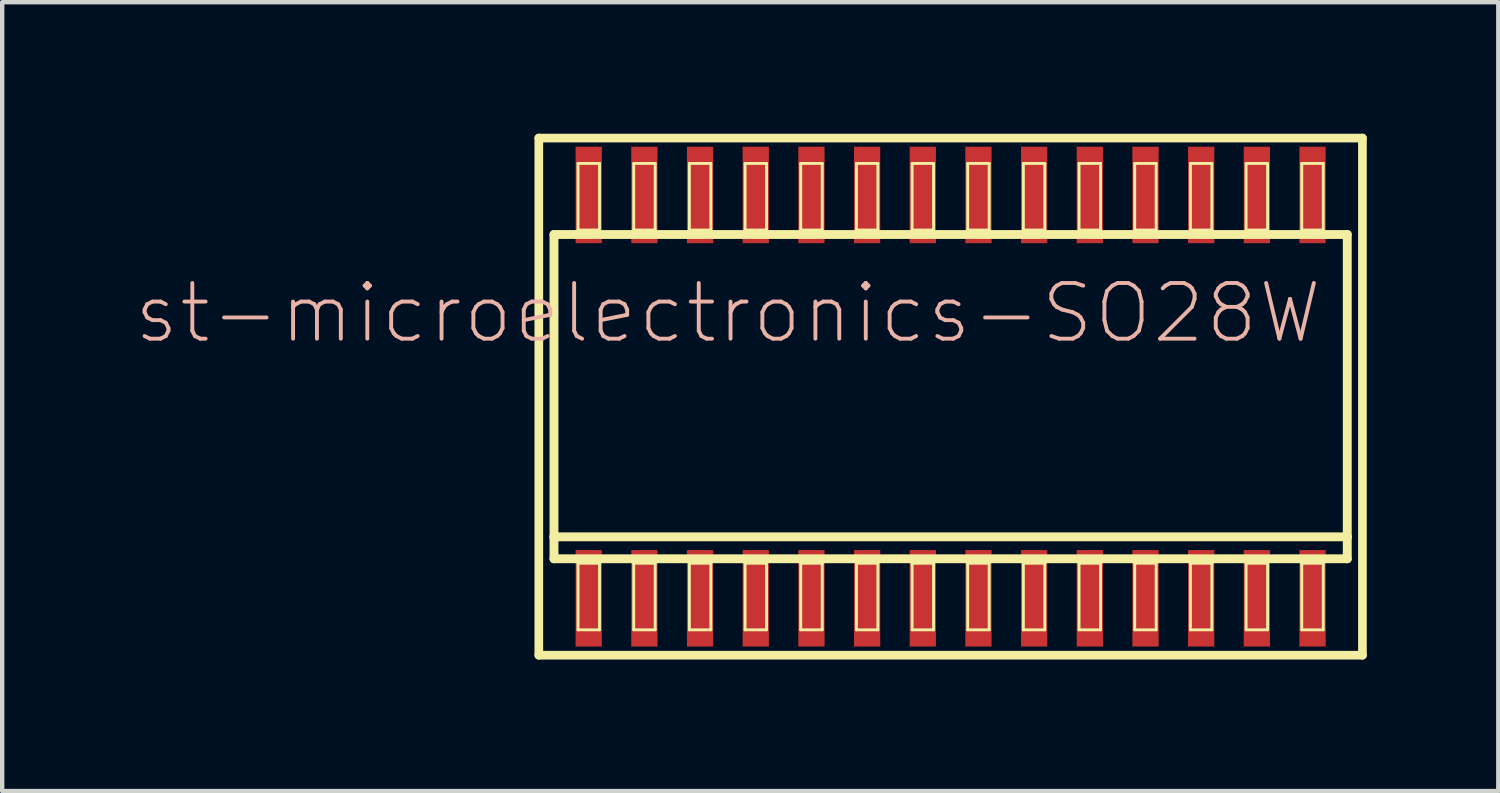
<source format=kicad_pcb>
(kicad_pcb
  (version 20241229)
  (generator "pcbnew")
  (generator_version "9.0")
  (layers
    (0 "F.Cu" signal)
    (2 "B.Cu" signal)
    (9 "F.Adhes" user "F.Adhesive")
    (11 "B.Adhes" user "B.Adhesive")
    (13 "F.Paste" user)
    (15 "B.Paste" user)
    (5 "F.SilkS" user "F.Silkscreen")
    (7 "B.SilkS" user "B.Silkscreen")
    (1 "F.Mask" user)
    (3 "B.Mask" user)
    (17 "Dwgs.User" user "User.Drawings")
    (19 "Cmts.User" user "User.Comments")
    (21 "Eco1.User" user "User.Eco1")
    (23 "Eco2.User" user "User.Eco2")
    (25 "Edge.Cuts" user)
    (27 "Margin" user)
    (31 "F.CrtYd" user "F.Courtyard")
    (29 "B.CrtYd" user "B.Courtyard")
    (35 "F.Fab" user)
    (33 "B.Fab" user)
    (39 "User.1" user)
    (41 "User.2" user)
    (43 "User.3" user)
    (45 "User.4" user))
  (footprint "st-microelectronics-SO28W"
    (layer "F.Cu")
    (at 18.633 5.997)
    (property "Reference" "st-microelectronics-SO28W" (at -5.08 -1.905 0) (layer "B.SilkS") (effects (font (size 1.27 1.27) (thickness 0.089))))
    (attr smd)
    (fp_line (start -9.393 -5.898) (end 9.393 -5.898) (stroke (width 0.198) (type solid)) (layer "F.SilkS"))
    (fp_line (start -9.393 5.898) (end -9.393 -5.898) (stroke (width 0.198) (type solid)) (layer "F.SilkS"))
    (fp_line (start -9.047 -3.698) (end 9.047 -3.698) (stroke (width 0.203) (type solid)) (layer "F.SilkS"))
    (fp_line (start -9.047 3.198) (end -9.047 -3.698) (stroke (width 0.203) (type solid)) (layer "F.SilkS"))
    (fp_line (start -9.047 3.698) (end -9.047 3.198) (stroke (width 0.203) (type solid)) (layer "F.SilkS"))
    (fp_line (start -8.499 -5.319) (end -8.009 -5.319) (stroke (width 0.066) (type solid)) (layer "F.SilkS"))
    (fp_line (start -8.499 -3.8) (end -8.499 -5.319) (stroke (width 0.066) (type solid)) (layer "F.SilkS"))
    (fp_line (start -8.499 -3.8) (end -8.009 -3.8) (stroke (width 0.066) (type solid)) (layer "F.SilkS"))
    (fp_line (start -8.499 3.8) (end -8.009 3.8) (stroke (width 0.066) (type solid)) (layer "F.SilkS"))
    (fp_line (start -8.499 5.319) (end -8.499 3.8) (stroke (width 0.066) (type solid)) (layer "F.SilkS"))
    (fp_line (start -8.499 5.319) (end -8.009 5.319) (stroke (width 0.066) (type solid)) (layer "F.SilkS"))
    (fp_line (start -8.009 -3.8) (end -8.009 -5.319) (stroke (width 0.066) (type solid)) (layer "F.SilkS"))
    (fp_line (start -8.009 5.319) (end -8.009 3.8) (stroke (width 0.066) (type solid)) (layer "F.SilkS"))
    (fp_line (start -7.229 -5.319) (end -6.739 -5.319) (stroke (width 0.066) (type solid)) (layer "F.SilkS"))
    (fp_line (start -7.229 -3.8) (end -7.229 -5.319) (stroke (width 0.066) (type solid)) (layer "F.SilkS"))
    (fp_line (start -7.229 -3.8) (end -6.739 -3.8) (stroke (width 0.066) (type solid)) (layer "F.SilkS"))
    (fp_line (start -7.229 3.8) (end -6.739 3.8) (stroke (width 0.066) (type solid)) (layer "F.SilkS"))
    (fp_line (start -7.229 5.319) (end -7.229 3.8) (stroke (width 0.066) (type solid)) (layer "F.SilkS"))
    (fp_line (start -7.229 5.319) (end -6.739 5.319) (stroke (width 0.066) (type solid)) (layer "F.SilkS"))
    (fp_line (start -6.739 -3.8) (end -6.739 -5.319) (stroke (width 0.066) (type solid)) (layer "F.SilkS"))
    (fp_line (start -6.739 5.319) (end -6.739 3.8) (stroke (width 0.066) (type solid)) (layer "F.SilkS"))
    (fp_line (start -5.959 -5.319) (end -5.469 -5.319) (stroke (width 0.066) (type solid)) (layer "F.SilkS"))
    (fp_line (start -5.959 -3.8) (end -5.959 -5.319) (stroke (width 0.066) (type solid)) (layer "F.SilkS"))
    (fp_line (start -5.959 -3.8) (end -5.469 -3.8) (stroke (width 0.066) (type solid)) (layer "F.SilkS"))
    (fp_line (start -5.959 3.8) (end -5.469 3.8) (stroke (width 0.066) (type solid)) (layer "F.SilkS"))
    (fp_line (start -5.959 5.319) (end -5.959 3.8) (stroke (width 0.066) (type solid)) (layer "F.SilkS"))
    (fp_line (start -5.959 5.319) (end -5.469 5.319) (stroke (width 0.066) (type solid)) (layer "F.SilkS"))
    (fp_line (start -5.469 -3.8) (end -5.469 -5.319) (stroke (width 0.066) (type solid)) (layer "F.SilkS"))
    (fp_line (start -5.469 5.319) (end -5.469 3.8) (stroke (width 0.066) (type solid)) (layer "F.SilkS"))
    (fp_line (start -4.689 -5.319) (end -4.199 -5.319) (stroke (width 0.066) (type solid)) (layer "F.SilkS"))
    (fp_line (start -4.689 -3.8) (end -4.689 -5.319) (stroke (width 0.066) (type solid)) (layer "F.SilkS"))
    (fp_line (start -4.689 -3.8) (end -4.199 -3.8) (stroke (width 0.066) (type solid)) (layer "F.SilkS"))
    (fp_line (start -4.689 3.8) (end -4.199 3.8) (stroke (width 0.066) (type solid)) (layer "F.SilkS"))
    (fp_line (start -4.689 5.319) (end -4.689 3.8) (stroke (width 0.066) (type solid)) (layer "F.SilkS"))
    (fp_line (start -4.689 5.319) (end -4.199 5.319) (stroke (width 0.066) (type solid)) (layer "F.SilkS"))
    (fp_line (start -4.199 -3.8) (end -4.199 -5.319) (stroke (width 0.066) (type solid)) (layer "F.SilkS"))
    (fp_line (start -4.199 5.319) (end -4.199 3.8) (stroke (width 0.066) (type solid)) (layer "F.SilkS"))
    (fp_line (start -3.419 -5.319) (end -2.929 -5.319) (stroke (width 0.066) (type solid)) (layer "F.SilkS"))
    (fp_line (start -3.419 -3.8) (end -3.419 -5.319) (stroke (width 0.066) (type solid)) (layer "F.SilkS"))
    (fp_line (start -3.419 -3.8) (end -2.929 -3.8) (stroke (width 0.066) (type solid)) (layer "F.SilkS"))
    (fp_line (start -3.419 3.8) (end -2.929 3.8) (stroke (width 0.066) (type solid)) (layer "F.SilkS"))
    (fp_line (start -3.419 5.319) (end -3.419 3.8) (stroke (width 0.066) (type solid)) (layer "F.SilkS"))
    (fp_line (start -3.419 5.319) (end -2.929 5.319) (stroke (width 0.066) (type solid)) (layer "F.SilkS"))
    (fp_line (start -2.929 -3.8) (end -2.929 -5.319) (stroke (width 0.066) (type solid)) (layer "F.SilkS"))
    (fp_line (start -2.929 5.319) (end -2.929 3.8) (stroke (width 0.066) (type solid)) (layer "F.SilkS"))
    (fp_line (start -2.149 -5.319) (end -1.659 -5.319) (stroke (width 0.066) (type solid)) (layer "F.SilkS"))
    (fp_line (start -2.149 -3.8) (end -2.149 -5.319) (stroke (width 0.066) (type solid)) (layer "F.SilkS"))
    (fp_line (start -2.149 -3.8) (end -1.659 -3.8) (stroke (width 0.066) (type solid)) (layer "F.SilkS"))
    (fp_line (start -2.149 3.8) (end -1.659 3.8) (stroke (width 0.066) (type solid)) (layer "F.SilkS"))
    (fp_line (start -2.149 5.319) (end -2.149 3.8) (stroke (width 0.066) (type solid)) (layer "F.SilkS"))
    (fp_line (start -2.149 5.319) (end -1.659 5.319) (stroke (width 0.066) (type solid)) (layer "F.SilkS"))
    (fp_line (start -1.659 -3.8) (end -1.659 -5.319) (stroke (width 0.066) (type solid)) (layer "F.SilkS"))
    (fp_line (start -1.659 5.319) (end -1.659 3.8) (stroke (width 0.066) (type solid)) (layer "F.SilkS"))
    (fp_line (start -0.879 -5.319) (end -0.389 -5.319) (stroke (width 0.066) (type solid)) (layer "F.SilkS"))
    (fp_line (start -0.879 -3.8) (end -0.879 -5.319) (stroke (width 0.066) (type solid)) (layer "F.SilkS"))
    (fp_line (start -0.879 -3.8) (end -0.389 -3.8) (stroke (width 0.066) (type solid)) (layer "F.SilkS"))
    (fp_line (start -0.879 3.8) (end -0.389 3.8) (stroke (width 0.066) (type solid)) (layer "F.SilkS"))
    (fp_line (start -0.879 5.319) (end -0.879 3.8) (stroke (width 0.066) (type solid)) (layer "F.SilkS"))
    (fp_line (start -0.879 5.319) (end -0.389 5.319) (stroke (width 0.066) (type solid)) (layer "F.SilkS"))
    (fp_line (start -0.389 -3.8) (end -0.389 -5.319) (stroke (width 0.066) (type solid)) (layer "F.SilkS"))
    (fp_line (start -0.389 5.319) (end -0.389 3.8) (stroke (width 0.066) (type solid)) (layer "F.SilkS"))
    (fp_line (start 0.389 -5.319) (end 0.879 -5.319) (stroke (width 0.066) (type solid)) (layer "F.SilkS"))
    (fp_line (start 0.389 -3.8) (end 0.389 -5.319) (stroke (width 0.066) (type solid)) (layer "F.SilkS"))
    (fp_line (start 0.389 -3.8) (end 0.879 -3.8) (stroke (width 0.066) (type solid)) (layer "F.SilkS"))
    (fp_line (start 0.389 3.8) (end 0.879 3.8) (stroke (width 0.066) (type solid)) (layer "F.SilkS"))
    (fp_line (start 0.389 5.319) (end 0.389 3.8) (stroke (width 0.066) (type solid)) (layer "F.SilkS"))
    (fp_line (start 0.389 5.319) (end 0.879 5.319) (stroke (width 0.066) (type solid)) (layer "F.SilkS"))
    (fp_line (start 0.879 -3.8) (end 0.879 -5.319) (stroke (width 0.066) (type solid)) (layer "F.SilkS"))
    (fp_line (start 0.879 5.319) (end 0.879 3.8) (stroke (width 0.066) (type solid)) (layer "F.SilkS"))
    (fp_line (start 1.659 -5.319) (end 2.149 -5.319) (stroke (width 0.066) (type solid)) (layer "F.SilkS"))
    (fp_line (start 1.659 -3.8) (end 1.659 -5.319) (stroke (width 0.066) (type solid)) (layer "F.SilkS"))
    (fp_line (start 1.659 -3.8) (end 2.149 -3.8) (stroke (width 0.066) (type solid)) (layer "F.SilkS"))
    (fp_line (start 1.659 3.8) (end 2.149 3.8) (stroke (width 0.066) (type solid)) (layer "F.SilkS"))
    (fp_line (start 1.659 5.319) (end 1.659 3.8) (stroke (width 0.066) (type solid)) (layer "F.SilkS"))
    (fp_line (start 1.659 5.319) (end 2.149 5.319) (stroke (width 0.066) (type solid)) (layer "F.SilkS"))
    (fp_line (start 2.149 -3.8) (end 2.149 -5.319) (stroke (width 0.066) (type solid)) (layer "F.SilkS"))
    (fp_line (start 2.149 5.319) (end 2.149 3.8) (stroke (width 0.066) (type solid)) (layer "F.SilkS"))
    (fp_line (start 2.929 -5.319) (end 3.419 -5.319) (stroke (width 0.066) (type solid)) (layer "F.SilkS"))
    (fp_line (start 2.929 -3.8) (end 2.929 -5.319) (stroke (width 0.066) (type solid)) (layer "F.SilkS"))
    (fp_line (start 2.929 -3.8) (end 3.419 -3.8) (stroke (width 0.066) (type solid)) (layer "F.SilkS"))
    (fp_line (start 2.929 3.8) (end 3.419 3.8) (stroke (width 0.066) (type solid)) (layer "F.SilkS"))
    (fp_line (start 2.929 5.319) (end 2.929 3.8) (stroke (width 0.066) (type solid)) (layer "F.SilkS"))
    (fp_line (start 2.929 5.319) (end 3.419 5.319) (stroke (width 0.066) (type solid)) (layer "F.SilkS"))
    (fp_line (start 3.419 -3.8) (end 3.419 -5.319) (stroke (width 0.066) (type solid)) (layer "F.SilkS"))
    (fp_line (start 3.419 5.319) (end 3.419 3.8) (stroke (width 0.066) (type solid)) (layer "F.SilkS"))
    (fp_line (start 4.199 -5.319) (end 4.689 -5.319) (stroke (width 0.066) (type solid)) (layer "F.SilkS"))
    (fp_line (start 4.199 -3.8) (end 4.199 -5.319) (stroke (width 0.066) (type solid)) (layer "F.SilkS"))
    (fp_line (start 4.199 -3.8) (end 4.689 -3.8) (stroke (width 0.066) (type solid)) (layer "F.SilkS"))
    (fp_line (start 4.199 3.8) (end 4.689 3.8) (stroke (width 0.066) (type solid)) (layer "F.SilkS"))
    (fp_line (start 4.199 5.319) (end 4.199 3.8) (stroke (width 0.066) (type solid)) (layer "F.SilkS"))
    (fp_line (start 4.199 5.319) (end 4.689 5.319) (stroke (width 0.066) (type solid)) (layer "F.SilkS"))
    (fp_line (start 4.689 -3.8) (end 4.689 -5.319) (stroke (width 0.066) (type solid)) (layer "F.SilkS"))
    (fp_line (start 4.689 5.319) (end 4.689 3.8) (stroke (width 0.066) (type solid)) (layer "F.SilkS"))
    (fp_line (start 5.469 -5.319) (end 5.959 -5.319) (stroke (width 0.066) (type solid)) (layer "F.SilkS"))
    (fp_line (start 5.469 -3.8) (end 5.469 -5.319) (stroke (width 0.066) (type solid)) (layer "F.SilkS"))
    (fp_line (start 5.469 -3.8) (end 5.959 -3.8) (stroke (width 0.066) (type solid)) (layer "F.SilkS"))
    (fp_line (start 5.469 3.8) (end 5.959 3.8) (stroke (width 0.066) (type solid)) (layer "F.SilkS"))
    (fp_line (start 5.469 5.319) (end 5.469 3.8) (stroke (width 0.066) (type solid)) (layer "F.SilkS"))
    (fp_line (start 5.469 5.319) (end 5.959 5.319) (stroke (width 0.066) (type solid)) (layer "F.SilkS"))
    (fp_line (start 5.959 -3.8) (end 5.959 -5.319) (stroke (width 0.066) (type solid)) (layer "F.SilkS"))
    (fp_line (start 5.959 5.319) (end 5.959 3.8) (stroke (width 0.066) (type solid)) (layer "F.SilkS"))
    (fp_line (start 6.739 -5.319) (end 7.229 -5.319) (stroke (width 0.066) (type solid)) (layer "F.SilkS"))
    (fp_line (start 6.739 -3.8) (end 6.739 -5.319) (stroke (width 0.066) (type solid)) (layer "F.SilkS"))
    (fp_line (start 6.739 -3.8) (end 7.229 -3.8) (stroke (width 0.066) (type solid)) (layer "F.SilkS"))
    (fp_line (start 6.739 3.8) (end 7.229 3.8) (stroke (width 0.066) (type solid)) (layer "F.SilkS"))
    (fp_line (start 6.739 5.319) (end 6.739 3.8) (stroke (width 0.066) (type solid)) (layer "F.SilkS"))
    (fp_line (start 6.739 5.319) (end 7.229 5.319) (stroke (width 0.066) (type solid)) (layer "F.SilkS"))
    (fp_line (start 7.229 -3.8) (end 7.229 -5.319) (stroke (width 0.066) (type solid)) (layer "F.SilkS"))
    (fp_line (start 7.229 5.319) (end 7.229 3.8) (stroke (width 0.066) (type solid)) (layer "F.SilkS"))
    (fp_line (start 8.009 -5.319) (end 8.499 -5.319) (stroke (width 0.066) (type solid)) (layer "F.SilkS"))
    (fp_line (start 8.009 -3.8) (end 8.009 -5.319) (stroke (width 0.066) (type solid)) (layer "F.SilkS"))
    (fp_line (start 8.009 -3.8) (end 8.499 -3.8) (stroke (width 0.066) (type solid)) (layer "F.SilkS"))
    (fp_line (start 8.009 3.8) (end 8.499 3.8) (stroke (width 0.066) (type solid)) (layer "F.SilkS"))
    (fp_line (start 8.009 5.319) (end 8.009 3.8) (stroke (width 0.066) (type solid)) (layer "F.SilkS"))
    (fp_line (start 8.009 5.319) (end 8.499 5.319) (stroke (width 0.066) (type solid)) (layer "F.SilkS"))
    (fp_line (start 8.499 -3.8) (end 8.499 -5.319) (stroke (width 0.066) (type solid)) (layer "F.SilkS"))
    (fp_line (start 8.499 5.319) (end 8.499 3.8) (stroke (width 0.066) (type solid)) (layer "F.SilkS"))
    (fp_line (start 9.047 -3.698) (end 9.047 3.198) (stroke (width 0.203) (type solid)) (layer "F.SilkS"))
    (fp_line (start 9.047 3.198) (end -9.047 3.198) (stroke (width 0.203) (type solid)) (layer "F.SilkS"))
    (fp_line (start 9.047 3.198) (end 9.047 3.698) (stroke (width 0.203) (type solid)) (layer "F.SilkS"))
    (fp_line (start 9.047 3.698) (end -9.047 3.698) (stroke (width 0.203) (type solid)) (layer "F.SilkS"))
    (fp_line (start 9.393 -5.898) (end 9.393 5.898) (stroke (width 0.198) (type solid)) (layer "F.SilkS"))
    (fp_line (start 9.393 5.898) (end -9.393 5.898) (stroke (width 0.198) (type solid)) (layer "F.SilkS"))
    (pad "1" smd rect (at -8.255 4.6) (size 0.599 2.2) (layers "F.Cu" "F.Mask" "F.Paste"))
    (pad "2" smd rect (at -6.985 4.6) (size 0.599 2.2) (layers "F.Cu" "F.Mask" "F.Paste"))
    (pad "3" smd rect (at -5.715 4.6) (size 0.599 2.2) (layers "F.Cu" "F.Mask" "F.Paste"))
    (pad "4" smd rect (at -4.445 4.6) (size 0.599 2.2) (layers "F.Cu" "F.Mask" "F.Paste"))
    (pad "5" smd rect (at -3.175 4.6) (size 0.599 2.2) (layers "F.Cu" "F.Mask" "F.Paste"))
    (pad "6" smd rect (at -1.905 4.6) (size 0.599 2.2) (layers "F.Cu" "F.Mask" "F.Paste"))
    (pad "7" smd rect (at -0.635 4.6) (size 0.599 2.2) (layers "F.Cu" "F.Mask" "F.Paste"))
    (pad "8" smd rect (at 0.635 4.6) (size 0.599 2.2) (layers "F.Cu" "F.Mask" "F.Paste"))
    (pad "9" smd rect (at 1.905 4.6) (size 0.599 2.2) (layers "F.Cu" "F.Mask" "F.Paste"))
    (pad "10" smd rect (at 3.175 4.6) (size 0.599 2.2) (layers "F.Cu" "F.Mask" "F.Paste"))
    (pad "11" smd rect (at 4.445 4.6) (size 0.599 2.2) (layers "F.Cu" "F.Mask" "F.Paste"))
    (pad "12" smd rect (at 5.715 4.6) (size 0.599 2.2) (layers "F.Cu" "F.Mask" "F.Paste"))
    (pad "13" smd rect (at 6.985 4.6) (size 0.599 2.2) (layers "F.Cu" "F.Mask" "F.Paste"))
    (pad "14" smd rect (at 8.255 4.6) (size 0.599 2.2) (layers "F.Cu" "F.Mask" "F.Paste"))
    (pad "15" smd rect (at 8.255 -4.6) (size 0.599 2.2) (layers "F.Cu" "F.Mask" "F.Paste"))
    (pad "16" smd rect (at 6.985 -4.6) (size 0.599 2.2) (layers "F.Cu" "F.Mask" "F.Paste"))
    (pad "17" smd rect (at 5.715 -4.6) (size 0.599 2.2) (layers "F.Cu" "F.Mask" "F.Paste"))
    (pad "18" smd rect (at 4.445 -4.6) (size 0.599 2.2) (layers "F.Cu" "F.Mask" "F.Paste"))
    (pad "19" smd rect (at 3.175 -4.6) (size 0.599 2.2) (layers "F.Cu" "F.Mask" "F.Paste"))
    (pad "20" smd rect (at 1.905 -4.6) (size 0.599 2.2) (layers "F.Cu" "F.Mask" "F.Paste"))
    (pad "21" smd rect (at 0.635 -4.6) (size 0.599 2.2) (layers "F.Cu" "F.Mask" "F.Paste"))
    (pad "22" smd rect (at -0.635 -4.6) (size 0.599 2.2) (layers "F.Cu" "F.Mask" "F.Paste"))
    (pad "23" smd rect (at -1.905 -4.6) (size 0.599 2.2) (layers "F.Cu" "F.Mask" "F.Paste"))
    (pad "24" smd rect (at -3.175 -4.6) (size 0.599 2.2) (layers "F.Cu" "F.Mask" "F.Paste"))
    (pad "25" smd rect (at -4.445 -4.6) (size 0.599 2.2) (layers "F.Cu" "F.Mask" "F.Paste"))
    (pad "26" smd rect (at -5.715 -4.6) (size 0.599 2.2) (layers "F.Cu" "F.Mask" "F.Paste"))
    (pad "27" smd rect (at -6.985 -4.6) (size 0.599 2.2) (layers "F.Cu" "F.Mask" "F.Paste"))
    (pad "28" smd rect (at -8.255 -4.6) (size 0.599 2.2) (layers "F.Cu" "F.Mask" "F.Paste")))
  (gr_rect
    (start -3 -3)
    (end 31.125 14.994)
    (stroke (width 0.1) (type default))
    (fill no)
    (layer "Edge.Cuts")))
</source>
